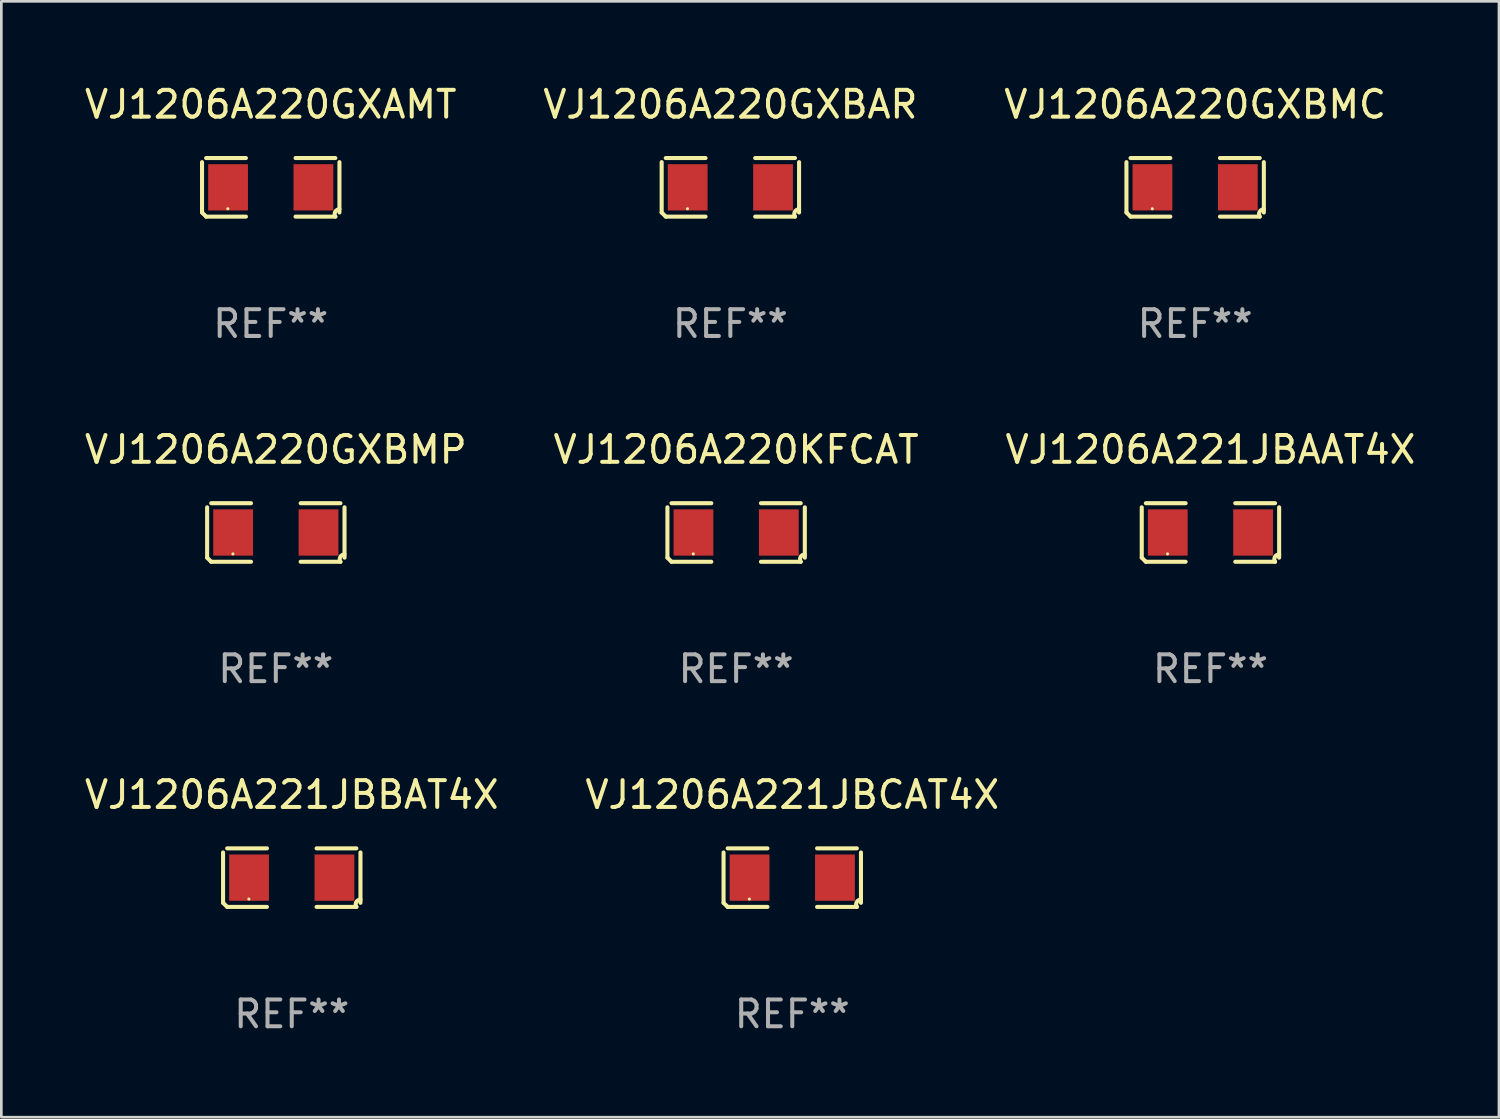
<source format=kicad_pcb>
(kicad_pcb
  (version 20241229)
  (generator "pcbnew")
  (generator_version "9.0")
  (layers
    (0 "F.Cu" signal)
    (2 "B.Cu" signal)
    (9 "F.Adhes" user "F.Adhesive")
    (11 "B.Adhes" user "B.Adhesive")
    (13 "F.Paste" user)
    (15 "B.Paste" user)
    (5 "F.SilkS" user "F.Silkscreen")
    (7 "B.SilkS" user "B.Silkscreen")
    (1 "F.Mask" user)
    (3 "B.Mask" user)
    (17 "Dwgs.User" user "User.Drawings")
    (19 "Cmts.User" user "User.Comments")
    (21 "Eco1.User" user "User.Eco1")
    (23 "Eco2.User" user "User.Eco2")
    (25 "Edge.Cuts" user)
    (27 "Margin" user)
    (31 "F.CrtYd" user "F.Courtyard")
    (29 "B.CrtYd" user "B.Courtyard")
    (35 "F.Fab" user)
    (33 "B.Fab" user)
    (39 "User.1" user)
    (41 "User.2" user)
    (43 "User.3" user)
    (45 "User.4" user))
  (footprint "VJ1206A220GXBMP"
    (layer "F.Cu")
    (at 7.244 16.823)
    (property "Reference" "VJ1206A220GXBMP" (at 0 -3.093 0) (layer "F.SilkS") (effects (font (size 1 1) (thickness 0.15))))
    (attr through_hole)
    (fp_line (start -2.564 0.94) (end -2.564 -0.94) (stroke (width 0.152) (type solid)) (layer "F.SilkS"))
    (fp_line (start -2.411 -1.093) (end -0.926 -1.093) (stroke (width 0.152) (type solid)) (layer "F.SilkS"))
    (fp_line (start -0.926 1.093) (end -2.411 1.093) (stroke (width 0.152) (type solid)) (layer "F.SilkS"))
    (fp_line (start 0.926 1.093) (end 2.411 1.093) (stroke (width 0.152) (type solid)) (layer "F.SilkS"))
    (fp_line (start 2.411 -1.093) (end 0.926 -1.093) (stroke (width 0.152) (type solid)) (layer "F.SilkS"))
    (fp_line (start 2.564 0.94) (end 2.564 -0.94) (stroke (width 0.152) (type solid)) (layer "F.SilkS"))
    (fp_arc (start -2.411201 1.092609) (mid -2.487413 1.01642) (end -2.563602 0.940208) (stroke (width 0.1524) (type solid)) (layer "F.SilkS"))
    (fp_arc (start 2.411201 1.092609) (mid 2.407159 0.911226) (end 2.563602 0.819347) (stroke (width 0.1524) (type solid)) (layer "F.SilkS"))
    (fp_circle (center -1.6 0.8) (end -1.57 0.8) (stroke (width 0.06) (type solid)) (fill no) (layer "F.SilkS"))
    (fp_text user "REF**" (at 0 5.093 0) (layer "F.Fab") (effects (font (size 1 1) (thickness 0.15))))
    (pad "1" smd rect (at -1.593 0) (size 1.485 1.728) (layers "F.Cu" "F.Mask" "F.Paste"))
    (pad "2" smd rect (at 1.593 0) (size 1.485 1.728) (layers "F.Cu" "F.Mask" "F.Paste")))
  (footprint "VJ1206A220GXAMT"
    (layer "F.Cu")
    (at 7.054 3.941)
    (property "Reference" "VJ1206A220GXAMT" (at 0 -3.093 0) (layer "F.SilkS") (effects (font (size 1 1) (thickness 0.15))))
    (attr through_hole)
    (fp_line (start -2.564 0.94) (end -2.564 -0.94) (stroke (width 0.152) (type solid)) (layer "F.SilkS"))
    (fp_line (start -2.411 -1.093) (end -0.926 -1.093) (stroke (width 0.152) (type solid)) (layer "F.SilkS"))
    (fp_line (start -0.926 1.093) (end -2.411 1.093) (stroke (width 0.152) (type solid)) (layer "F.SilkS"))
    (fp_line (start 0.926 1.093) (end 2.411 1.093) (stroke (width 0.152) (type solid)) (layer "F.SilkS"))
    (fp_line (start 2.411 -1.093) (end 0.926 -1.093) (stroke (width 0.152) (type solid)) (layer "F.SilkS"))
    (fp_line (start 2.564 0.94) (end 2.564 -0.94) (stroke (width 0.152) (type solid)) (layer "F.SilkS"))
    (fp_arc (start -2.411201 1.092609) (mid -2.487413 1.01642) (end -2.563602 0.940208) (stroke (width 0.1524) (type solid)) (layer "F.SilkS"))
    (fp_arc (start 2.411201 1.092609) (mid 2.407159 0.911226) (end 2.563602 0.819347) (stroke (width 0.1524) (type solid)) (layer "F.SilkS"))
    (fp_circle (center -1.6 0.8) (end -1.57 0.8) (stroke (width 0.06) (type solid)) (fill no) (layer "F.SilkS"))
    (fp_text user "REF**" (at 0 5.093 0) (layer "F.Fab") (effects (font (size 1 1) (thickness 0.15))))
    (pad "1" smd rect (at -1.593 0) (size 1.485 1.728) (layers "F.Cu" "F.Mask" "F.Paste"))
    (pad "2" smd rect (at 1.593 0) (size 1.485 1.728) (layers "F.Cu" "F.Mask" "F.Paste")))
  (footprint "VJ1206A220GXBMC"
    (layer "F.Cu")
    (at 41.554 3.941)
    (property "Reference" "VJ1206A220GXBMC" (at 0 -3.093 0) (layer "F.SilkS") (effects (font (size 1 1) (thickness 0.15))))
    (attr through_hole)
    (fp_line (start -2.564 0.94) (end -2.564 -0.94) (stroke (width 0.152) (type solid)) (layer "F.SilkS"))
    (fp_line (start -2.411 -1.093) (end -0.926 -1.093) (stroke (width 0.152) (type solid)) (layer "F.SilkS"))
    (fp_line (start -0.926 1.093) (end -2.411 1.093) (stroke (width 0.152) (type solid)) (layer "F.SilkS"))
    (fp_line (start 0.926 1.093) (end 2.411 1.093) (stroke (width 0.152) (type solid)) (layer "F.SilkS"))
    (fp_line (start 2.411 -1.093) (end 0.926 -1.093) (stroke (width 0.152) (type solid)) (layer "F.SilkS"))
    (fp_line (start 2.564 0.94) (end 2.564 -0.94) (stroke (width 0.152) (type solid)) (layer "F.SilkS"))
    (fp_arc (start -2.411201 1.092609) (mid -2.487413 1.01642) (end -2.563602 0.940208) (stroke (width 0.1524) (type solid)) (layer "F.SilkS"))
    (fp_arc (start 2.411201 1.092609) (mid 2.407159 0.911226) (end 2.563602 0.819347) (stroke (width 0.1524) (type solid)) (layer "F.SilkS"))
    (fp_circle (center -1.6 0.8) (end -1.57 0.8) (stroke (width 0.06) (type solid)) (fill no) (layer "F.SilkS"))
    (fp_text user "REF**" (at 0 5.093 0) (layer "F.Fab") (effects (font (size 1 1) (thickness 0.15))))
    (pad "1" smd rect (at -1.593 0) (size 1.485 1.728) (layers "F.Cu" "F.Mask" "F.Paste"))
    (pad "2" smd rect (at 1.593 0) (size 1.485 1.728) (layers "F.Cu" "F.Mask" "F.Paste")))
  (footprint "VJ1206A220GXBAR"
    (layer "F.Cu")
    (at 24.208 3.941)
    (property "Reference" "VJ1206A220GXBAR" (at 0 -3.093 0) (layer "F.SilkS") (effects (font (size 1 1) (thickness 0.15))))
    (attr through_hole)
    (fp_line (start -2.564 0.94) (end -2.564 -0.94) (stroke (width 0.152) (type solid)) (layer "F.SilkS"))
    (fp_line (start -2.411 -1.093) (end -0.926 -1.093) (stroke (width 0.152) (type solid)) (layer "F.SilkS"))
    (fp_line (start -0.926 1.093) (end -2.411 1.093) (stroke (width 0.152) (type solid)) (layer "F.SilkS"))
    (fp_line (start 0.926 1.093) (end 2.411 1.093) (stroke (width 0.152) (type solid)) (layer "F.SilkS"))
    (fp_line (start 2.411 -1.093) (end 0.926 -1.093) (stroke (width 0.152) (type solid)) (layer "F.SilkS"))
    (fp_line (start 2.564 0.94) (end 2.564 -0.94) (stroke (width 0.152) (type solid)) (layer "F.SilkS"))
    (fp_arc (start -2.411201 1.092609) (mid -2.487413 1.01642) (end -2.563602 0.940208) (stroke (width 0.1524) (type solid)) (layer "F.SilkS"))
    (fp_arc (start 2.411201 1.092609) (mid 2.407159 0.911226) (end 2.563602 0.819347) (stroke (width 0.1524) (type solid)) (layer "F.SilkS"))
    (fp_circle (center -1.6 0.8) (end -1.57 0.8) (stroke (width 0.06) (type solid)) (fill no) (layer "F.SilkS"))
    (fp_text user "REF**" (at 0 5.093 0) (layer "F.Fab") (effects (font (size 1 1) (thickness 0.15))))
    (pad "1" smd rect (at -1.593 0) (size 1.485 1.728) (layers "F.Cu" "F.Mask" "F.Paste"))
    (pad "2" smd rect (at 1.593 0) (size 1.485 1.728) (layers "F.Cu" "F.Mask" "F.Paste")))
  (footprint "VJ1206A221JBAAT4X"
    (layer "F.Cu")
    (at 42.125 16.823)
    (property "Reference" "VJ1206A221JBAAT4X" (at 0 -3.093 0) (layer "F.SilkS") (effects (font (size 1 1) (thickness 0.15))))
    (attr through_hole)
    (fp_line (start -2.564 0.94) (end -2.564 -0.94) (stroke (width 0.152) (type solid)) (layer "F.SilkS"))
    (fp_line (start -2.411 -1.093) (end -0.926 -1.093) (stroke (width 0.152) (type solid)) (layer "F.SilkS"))
    (fp_line (start -0.926 1.093) (end -2.411 1.093) (stroke (width 0.152) (type solid)) (layer "F.SilkS"))
    (fp_line (start 0.926 1.093) (end 2.411 1.093) (stroke (width 0.152) (type solid)) (layer "F.SilkS"))
    (fp_line (start 2.411 -1.093) (end 0.926 -1.093) (stroke (width 0.152) (type solid)) (layer "F.SilkS"))
    (fp_line (start 2.564 0.94) (end 2.564 -0.94) (stroke (width 0.152) (type solid)) (layer "F.SilkS"))
    (fp_arc (start -2.411201 1.092609) (mid -2.487413 1.01642) (end -2.563602 0.940208) (stroke (width 0.1524) (type solid)) (layer "F.SilkS"))
    (fp_arc (start 2.411201 1.092609) (mid 2.407159 0.911226) (end 2.563602 0.819347) (stroke (width 0.1524) (type solid)) (layer "F.SilkS"))
    (fp_circle (center -1.6 0.8) (end -1.57 0.8) (stroke (width 0.06) (type solid)) (fill no) (layer "F.SilkS"))
    (fp_text user "REF**" (at 0 5.093 0) (layer "F.Fab") (effects (font (size 1 1) (thickness 0.15))))
    (pad "1" smd rect (at -1.593 0) (size 1.485 1.728) (layers "F.Cu" "F.Mask" "F.Paste"))
    (pad "2" smd rect (at 1.593 0) (size 1.485 1.728) (layers "F.Cu" "F.Mask" "F.Paste")))
  (footprint "VJ1206A220KFCAT"
    (layer "F.Cu")
    (at 24.423 16.823)
    (property "Reference" "VJ1206A220KFCAT" (at 0 -3.093 0) (layer "F.SilkS") (effects (font (size 1 1) (thickness 0.15))))
    (attr through_hole)
    (fp_line (start -2.564 0.94) (end -2.564 -0.94) (stroke (width 0.152) (type solid)) (layer "F.SilkS"))
    (fp_line (start -2.411 -1.093) (end -0.926 -1.093) (stroke (width 0.152) (type solid)) (layer "F.SilkS"))
    (fp_line (start -0.926 1.093) (end -2.411 1.093) (stroke (width 0.152) (type solid)) (layer "F.SilkS"))
    (fp_line (start 0.926 1.093) (end 2.411 1.093) (stroke (width 0.152) (type solid)) (layer "F.SilkS"))
    (fp_line (start 2.411 -1.093) (end 0.926 -1.093) (stroke (width 0.152) (type solid)) (layer "F.SilkS"))
    (fp_line (start 2.564 0.94) (end 2.564 -0.94) (stroke (width 0.152) (type solid)) (layer "F.SilkS"))
    (fp_arc (start -2.411201 1.092609) (mid -2.487413 1.01642) (end -2.563602 0.940208) (stroke (width 0.1524) (type solid)) (layer "F.SilkS"))
    (fp_arc (start 2.411201 1.092609) (mid 2.407159 0.911226) (end 2.563602 0.819347) (stroke (width 0.1524) (type solid)) (layer "F.SilkS"))
    (fp_circle (center -1.6 0.8) (end -1.57 0.8) (stroke (width 0.06) (type solid)) (fill no) (layer "F.SilkS"))
    (fp_text user "REF**" (at 0 5.093 0) (layer "F.Fab") (effects (font (size 1 1) (thickness 0.15))))
    (pad "1" smd rect (at -1.593 0) (size 1.485 1.728) (layers "F.Cu" "F.Mask" "F.Paste"))
    (pad "2" smd rect (at 1.593 0) (size 1.485 1.728) (layers "F.Cu" "F.Mask" "F.Paste")))
  (footprint "VJ1206A221JBCAT4X"
    (layer "F.Cu")
    (at 26.518 29.704)
    (property "Reference" "VJ1206A221JBCAT4X" (at 0 -3.093 0) (layer "F.SilkS") (effects (font (size 1 1) (thickness 0.15))))
    (attr through_hole)
    (fp_line (start -2.564 0.94) (end -2.564 -0.94) (stroke (width 0.152) (type solid)) (layer "F.SilkS"))
    (fp_line (start -2.411 -1.093) (end -0.926 -1.093) (stroke (width 0.152) (type solid)) (layer "F.SilkS"))
    (fp_line (start -0.926 1.093) (end -2.411 1.093) (stroke (width 0.152) (type solid)) (layer "F.SilkS"))
    (fp_line (start 0.926 1.093) (end 2.411 1.093) (stroke (width 0.152) (type solid)) (layer "F.SilkS"))
    (fp_line (start 2.411 -1.093) (end 0.926 -1.093) (stroke (width 0.152) (type solid)) (layer "F.SilkS"))
    (fp_line (start 2.564 0.94) (end 2.564 -0.94) (stroke (width 0.152) (type solid)) (layer "F.SilkS"))
    (fp_arc (start -2.411201 1.092609) (mid -2.487413 1.01642) (end -2.563602 0.940208) (stroke (width 0.1524) (type solid)) (layer "F.SilkS"))
    (fp_arc (start 2.411201 1.092609) (mid 2.407159 0.911226) (end 2.563602 0.819347) (stroke (width 0.1524) (type solid)) (layer "F.SilkS"))
    (fp_circle (center -1.6 0.8) (end -1.57 0.8) (stroke (width 0.06) (type solid)) (fill no) (layer "F.SilkS"))
    (fp_text user "REF**" (at 0 5.093 0) (layer "F.Fab") (effects (font (size 1 1) (thickness 0.15))))
    (pad "1" smd rect (at -1.593 0) (size 1.485 1.728) (layers "F.Cu" "F.Mask" "F.Paste"))
    (pad "2" smd rect (at 1.593 0) (size 1.485 1.728) (layers "F.Cu" "F.Mask" "F.Paste")))
  (footprint "VJ1206A221JBBAT4X"
    (layer "F.Cu")
    (at 7.839 29.704)
    (property "Reference" "VJ1206A221JBBAT4X" (at 0 -3.093 0) (layer "F.SilkS") (effects (font (size 1 1) (thickness 0.15))))
    (attr through_hole)
    (fp_line (start -2.564 0.94) (end -2.564 -0.94) (stroke (width 0.152) (type solid)) (layer "F.SilkS"))
    (fp_line (start -2.411 -1.093) (end -0.926 -1.093) (stroke (width 0.152) (type solid)) (layer "F.SilkS"))
    (fp_line (start -0.926 1.093) (end -2.411 1.093) (stroke (width 0.152) (type solid)) (layer "F.SilkS"))
    (fp_line (start 0.926 1.093) (end 2.411 1.093) (stroke (width 0.152) (type solid)) (layer "F.SilkS"))
    (fp_line (start 2.411 -1.093) (end 0.926 -1.093) (stroke (width 0.152) (type solid)) (layer "F.SilkS"))
    (fp_line (start 2.564 0.94) (end 2.564 -0.94) (stroke (width 0.152) (type solid)) (layer "F.SilkS"))
    (fp_arc (start -2.411201 1.092609) (mid -2.487413 1.01642) (end -2.563602 0.940208) (stroke (width 0.1524) (type solid)) (layer "F.SilkS"))
    (fp_arc (start 2.411201 1.092609) (mid 2.407159 0.911226) (end 2.563602 0.819347) (stroke (width 0.1524) (type solid)) (layer "F.SilkS"))
    (fp_circle (center -1.6 0.8) (end -1.57 0.8) (stroke (width 0.06) (type solid)) (fill no) (layer "F.SilkS"))
    (fp_text user "REF**" (at 0 5.093 0) (layer "F.Fab") (effects (font (size 1 1) (thickness 0.15))))
    (pad "1" smd rect (at -1.593 0) (size 1.485 1.728) (layers "F.Cu" "F.Mask" "F.Paste"))
    (pad "2" smd rect (at 1.593 0) (size 1.485 1.728) (layers "F.Cu" "F.Mask" "F.Paste")))
  (gr_rect
    (start -3 -3)
    (end 52.893 38.645)
    (stroke (width 0.1) (type default))
    (fill no)
    (layer "Edge.Cuts")))
</source>
